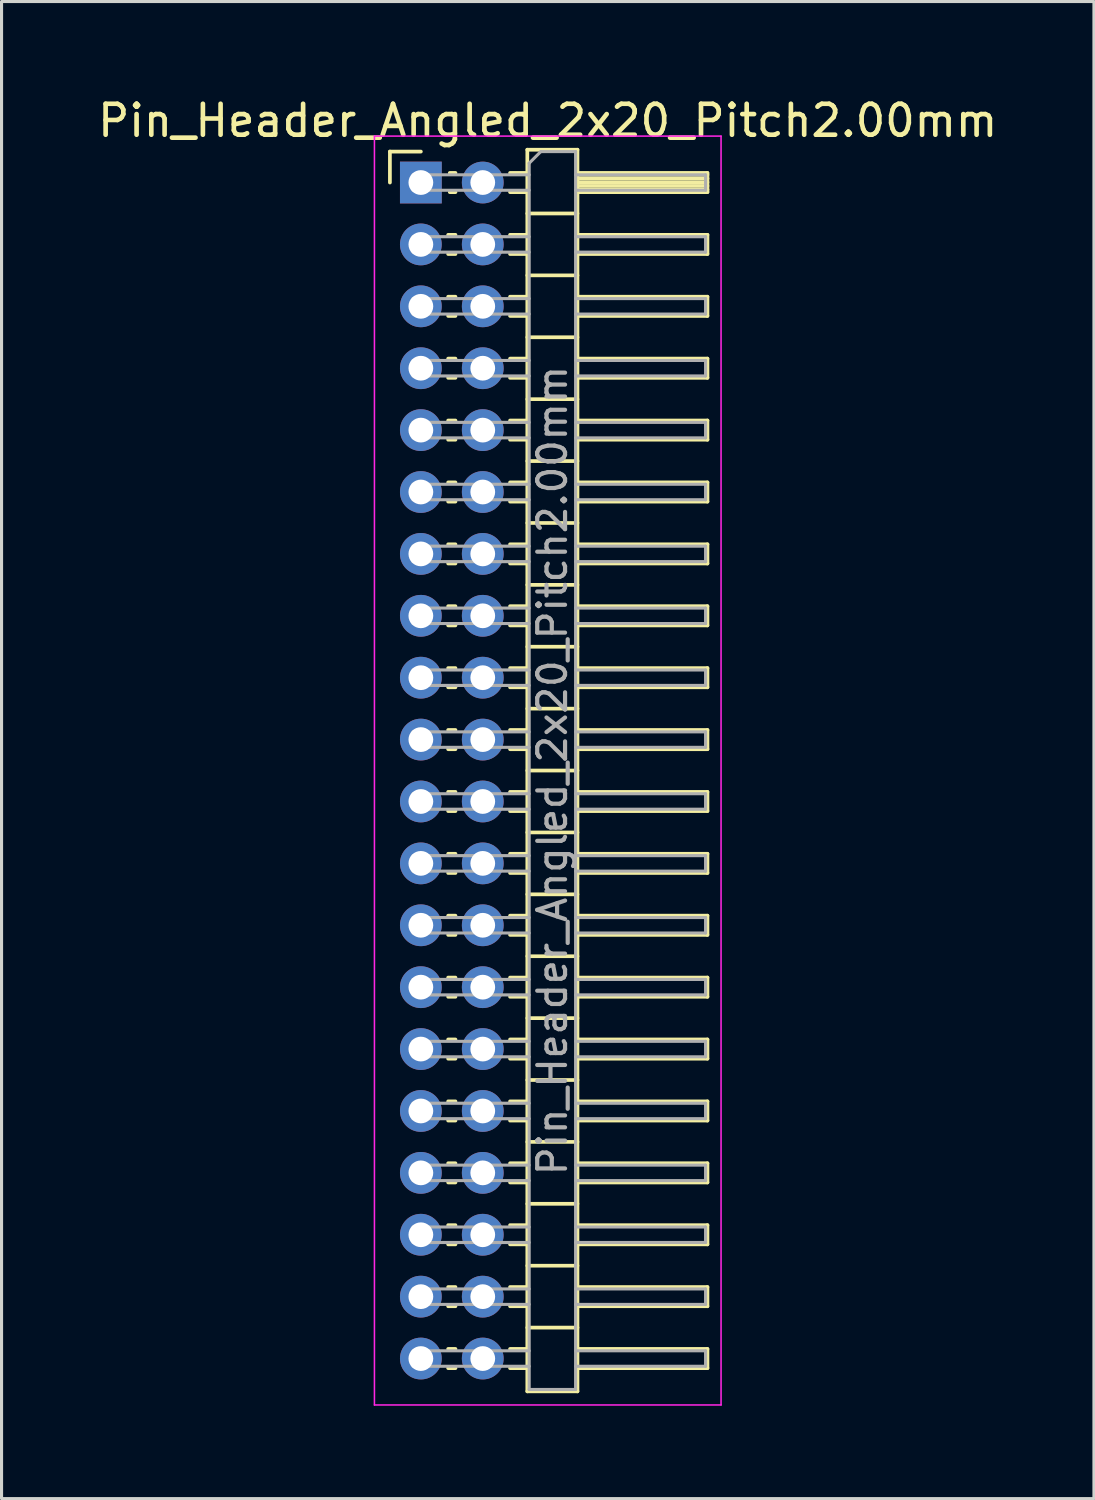
<source format=kicad_pcb>
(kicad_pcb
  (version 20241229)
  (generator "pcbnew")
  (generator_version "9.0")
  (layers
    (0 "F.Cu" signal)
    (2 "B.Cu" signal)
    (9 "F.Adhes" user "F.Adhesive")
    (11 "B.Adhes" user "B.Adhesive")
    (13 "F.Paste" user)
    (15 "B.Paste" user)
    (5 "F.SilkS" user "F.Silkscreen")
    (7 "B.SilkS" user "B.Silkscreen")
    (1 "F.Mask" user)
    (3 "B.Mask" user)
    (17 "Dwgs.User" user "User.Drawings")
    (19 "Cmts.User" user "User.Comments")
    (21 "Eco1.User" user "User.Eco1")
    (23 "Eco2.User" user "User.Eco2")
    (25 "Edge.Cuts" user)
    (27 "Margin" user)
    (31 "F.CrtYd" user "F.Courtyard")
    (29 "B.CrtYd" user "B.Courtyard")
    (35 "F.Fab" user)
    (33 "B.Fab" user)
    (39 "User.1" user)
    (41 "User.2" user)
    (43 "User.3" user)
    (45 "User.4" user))
  (footprint "Pin_Header_Angled_2x20_Pitch2.00mm"
    (layer "F.Cu")
    (at 10.549 2.848)
    (property "Reference" "Pin_Header_Angled_2x20_Pitch2.00mm" (at 4.1 -2 0) (layer "F.SilkS") (effects (font (size 1 1) (thickness 0.15))))
    (attr through_hole)
    (fp_line (start -1 -1) (end 0 -1) (stroke (width 0.12) (type solid)) (layer "F.SilkS"))
    (fp_line (start -1 0) (end -1 -1) (stroke (width 0.12) (type solid)) (layer "F.SilkS"))
    (fp_line (start 0.882 1.69) (end 1.118 1.69) (stroke (width 0.12) (type solid)) (layer "F.SilkS"))
    (fp_line (start 0.882 2.31) (end 1.118 2.31) (stroke (width 0.12) (type solid)) (layer "F.SilkS"))
    (fp_line (start 0.882 3.69) (end 1.118 3.69) (stroke (width 0.12) (type solid)) (layer "F.SilkS"))
    (fp_line (start 0.882 4.31) (end 1.118 4.31) (stroke (width 0.12) (type solid)) (layer "F.SilkS"))
    (fp_line (start 0.882 5.69) (end 1.118 5.69) (stroke (width 0.12) (type solid)) (layer "F.SilkS"))
    (fp_line (start 0.882 6.31) (end 1.118 6.31) (stroke (width 0.12) (type solid)) (layer "F.SilkS"))
    (fp_line (start 0.882 7.69) (end 1.118 7.69) (stroke (width 0.12) (type solid)) (layer "F.SilkS"))
    (fp_line (start 0.882 8.31) (end 1.118 8.31) (stroke (width 0.12) (type solid)) (layer "F.SilkS"))
    (fp_line (start 0.882 9.69) (end 1.118 9.69) (stroke (width 0.12) (type solid)) (layer "F.SilkS"))
    (fp_line (start 0.882 10.31) (end 1.118 10.31) (stroke (width 0.12) (type solid)) (layer "F.SilkS"))
    (fp_line (start 0.882 11.69) (end 1.118 11.69) (stroke (width 0.12) (type solid)) (layer "F.SilkS"))
    (fp_line (start 0.882 12.31) (end 1.118 12.31) (stroke (width 0.12) (type solid)) (layer "F.SilkS"))
    (fp_line (start 0.882 13.69) (end 1.118 13.69) (stroke (width 0.12) (type solid)) (layer "F.SilkS"))
    (fp_line (start 0.882 14.31) (end 1.118 14.31) (stroke (width 0.12) (type solid)) (layer "F.SilkS"))
    (fp_line (start 0.882 15.69) (end 1.118 15.69) (stroke (width 0.12) (type solid)) (layer "F.SilkS"))
    (fp_line (start 0.882 16.31) (end 1.118 16.31) (stroke (width 0.12) (type solid)) (layer "F.SilkS"))
    (fp_line (start 0.882 17.69) (end 1.118 17.69) (stroke (width 0.12) (type solid)) (layer "F.SilkS"))
    (fp_line (start 0.882 18.31) (end 1.118 18.31) (stroke (width 0.12) (type solid)) (layer "F.SilkS"))
    (fp_line (start 0.882 19.69) (end 1.118 19.69) (stroke (width 0.12) (type solid)) (layer "F.SilkS"))
    (fp_line (start 0.882 20.31) (end 1.118 20.31) (stroke (width 0.12) (type solid)) (layer "F.SilkS"))
    (fp_line (start 0.882 21.69) (end 1.118 21.69) (stroke (width 0.12) (type solid)) (layer "F.SilkS"))
    (fp_line (start 0.882 22.31) (end 1.118 22.31) (stroke (width 0.12) (type solid)) (layer "F.SilkS"))
    (fp_line (start 0.882 23.69) (end 1.118 23.69) (stroke (width 0.12) (type solid)) (layer "F.SilkS"))
    (fp_line (start 0.882 24.31) (end 1.118 24.31) (stroke (width 0.12) (type solid)) (layer "F.SilkS"))
    (fp_line (start 0.882 25.69) (end 1.118 25.69) (stroke (width 0.12) (type solid)) (layer "F.SilkS"))
    (fp_line (start 0.882 26.31) (end 1.118 26.31) (stroke (width 0.12) (type solid)) (layer "F.SilkS"))
    (fp_line (start 0.882 27.69) (end 1.118 27.69) (stroke (width 0.12) (type solid)) (layer "F.SilkS"))
    (fp_line (start 0.882 28.31) (end 1.118 28.31) (stroke (width 0.12) (type solid)) (layer "F.SilkS"))
    (fp_line (start 0.882 29.69) (end 1.118 29.69) (stroke (width 0.12) (type solid)) (layer "F.SilkS"))
    (fp_line (start 0.882 30.31) (end 1.118 30.31) (stroke (width 0.12) (type solid)) (layer "F.SilkS"))
    (fp_line (start 0.882 31.69) (end 1.118 31.69) (stroke (width 0.12) (type solid)) (layer "F.SilkS"))
    (fp_line (start 0.882 32.31) (end 1.118 32.31) (stroke (width 0.12) (type solid)) (layer "F.SilkS"))
    (fp_line (start 0.882 33.69) (end 1.118 33.69) (stroke (width 0.12) (type solid)) (layer "F.SilkS"))
    (fp_line (start 0.882 34.31) (end 1.118 34.31) (stroke (width 0.12) (type solid)) (layer "F.SilkS"))
    (fp_line (start 0.882 35.69) (end 1.118 35.69) (stroke (width 0.12) (type solid)) (layer "F.SilkS"))
    (fp_line (start 0.882 36.31) (end 1.118 36.31) (stroke (width 0.12) (type solid)) (layer "F.SilkS"))
    (fp_line (start 0.882 37.69) (end 1.118 37.69) (stroke (width 0.12) (type solid)) (layer "F.SilkS"))
    (fp_line (start 0.882 38.31) (end 1.118 38.31) (stroke (width 0.12) (type solid)) (layer "F.SilkS"))
    (fp_line (start 0.935 -0.31) (end 1.118 -0.31) (stroke (width 0.12) (type solid)) (layer "F.SilkS"))
    (fp_line (start 0.935 0.31) (end 1.118 0.31) (stroke (width 0.12) (type solid)) (layer "F.SilkS"))
    (fp_line (start 2.882 -0.31) (end 3.44 -0.31) (stroke (width 0.12) (type solid)) (layer "F.SilkS"))
    (fp_line (start 2.882 0.31) (end 3.44 0.31) (stroke (width 0.12) (type solid)) (layer "F.SilkS"))
    (fp_line (start 2.882 1.69) (end 3.44 1.69) (stroke (width 0.12) (type solid)) (layer "F.SilkS"))
    (fp_line (start 2.882 2.31) (end 3.44 2.31) (stroke (width 0.12) (type solid)) (layer "F.SilkS"))
    (fp_line (start 2.882 3.69) (end 3.44 3.69) (stroke (width 0.12) (type solid)) (layer "F.SilkS"))
    (fp_line (start 2.882 4.31) (end 3.44 4.31) (stroke (width 0.12) (type solid)) (layer "F.SilkS"))
    (fp_line (start 2.882 5.69) (end 3.44 5.69) (stroke (width 0.12) (type solid)) (layer "F.SilkS"))
    (fp_line (start 2.882 6.31) (end 3.44 6.31) (stroke (width 0.12) (type solid)) (layer "F.SilkS"))
    (fp_line (start 2.882 7.69) (end 3.44 7.69) (stroke (width 0.12) (type solid)) (layer "F.SilkS"))
    (fp_line (start 2.882 8.31) (end 3.44 8.31) (stroke (width 0.12) (type solid)) (layer "F.SilkS"))
    (fp_line (start 2.882 9.69) (end 3.44 9.69) (stroke (width 0.12) (type solid)) (layer "F.SilkS"))
    (fp_line (start 2.882 10.31) (end 3.44 10.31) (stroke (width 0.12) (type solid)) (layer "F.SilkS"))
    (fp_line (start 2.882 11.69) (end 3.44 11.69) (stroke (width 0.12) (type solid)) (layer "F.SilkS"))
    (fp_line (start 2.882 12.31) (end 3.44 12.31) (stroke (width 0.12) (type solid)) (layer "F.SilkS"))
    (fp_line (start 2.882 13.69) (end 3.44 13.69) (stroke (width 0.12) (type solid)) (layer "F.SilkS"))
    (fp_line (start 2.882 14.31) (end 3.44 14.31) (stroke (width 0.12) (type solid)) (layer "F.SilkS"))
    (fp_line (start 2.882 15.69) (end 3.44 15.69) (stroke (width 0.12) (type solid)) (layer "F.SilkS"))
    (fp_line (start 2.882 16.31) (end 3.44 16.31) (stroke (width 0.12) (type solid)) (layer "F.SilkS"))
    (fp_line (start 2.882 17.69) (end 3.44 17.69) (stroke (width 0.12) (type solid)) (layer "F.SilkS"))
    (fp_line (start 2.882 18.31) (end 3.44 18.31) (stroke (width 0.12) (type solid)) (layer "F.SilkS"))
    (fp_line (start 2.882 19.69) (end 3.44 19.69) (stroke (width 0.12) (type solid)) (layer "F.SilkS"))
    (fp_line (start 2.882 20.31) (end 3.44 20.31) (stroke (width 0.12) (type solid)) (layer "F.SilkS"))
    (fp_line (start 2.882 21.69) (end 3.44 21.69) (stroke (width 0.12) (type solid)) (layer "F.SilkS"))
    (fp_line (start 2.882 22.31) (end 3.44 22.31) (stroke (width 0.12) (type solid)) (layer "F.SilkS"))
    (fp_line (start 2.882 23.69) (end 3.44 23.69) (stroke (width 0.12) (type solid)) (layer "F.SilkS"))
    (fp_line (start 2.882 24.31) (end 3.44 24.31) (stroke (width 0.12) (type solid)) (layer "F.SilkS"))
    (fp_line (start 2.882 25.69) (end 3.44 25.69) (stroke (width 0.12) (type solid)) (layer "F.SilkS"))
    (fp_line (start 2.882 26.31) (end 3.44 26.31) (stroke (width 0.12) (type solid)) (layer "F.SilkS"))
    (fp_line (start 2.882 27.69) (end 3.44 27.69) (stroke (width 0.12) (type solid)) (layer "F.SilkS"))
    (fp_line (start 2.882 28.31) (end 3.44 28.31) (stroke (width 0.12) (type solid)) (layer "F.SilkS"))
    (fp_line (start 2.882 29.69) (end 3.44 29.69) (stroke (width 0.12) (type solid)) (layer "F.SilkS"))
    (fp_line (start 2.882 30.31) (end 3.44 30.31) (stroke (width 0.12) (type solid)) (layer "F.SilkS"))
    (fp_line (start 2.882 31.69) (end 3.44 31.69) (stroke (width 0.12) (type solid)) (layer "F.SilkS"))
    (fp_line (start 2.882 32.31) (end 3.44 32.31) (stroke (width 0.12) (type solid)) (layer "F.SilkS"))
    (fp_line (start 2.882 33.69) (end 3.44 33.69) (stroke (width 0.12) (type solid)) (layer "F.SilkS"))
    (fp_line (start 2.882 34.31) (end 3.44 34.31) (stroke (width 0.12) (type solid)) (layer "F.SilkS"))
    (fp_line (start 2.882 35.69) (end 3.44 35.69) (stroke (width 0.12) (type solid)) (layer "F.SilkS"))
    (fp_line (start 2.882 36.31) (end 3.44 36.31) (stroke (width 0.12) (type solid)) (layer "F.SilkS"))
    (fp_line (start 2.882 37.69) (end 3.44 37.69) (stroke (width 0.12) (type solid)) (layer "F.SilkS"))
    (fp_line (start 2.882 38.31) (end 3.44 38.31) (stroke (width 0.12) (type solid)) (layer "F.SilkS"))
    (fp_line (start 3.44 -1.06) (end 3.44 39.06) (stroke (width 0.12) (type solid)) (layer "F.SilkS"))
    (fp_line (start 3.44 1) (end 5.06 1) (stroke (width 0.12) (type solid)) (layer "F.SilkS"))
    (fp_line (start 3.44 3) (end 5.06 3) (stroke (width 0.12) (type solid)) (layer "F.SilkS"))
    (fp_line (start 3.44 5) (end 5.06 5) (stroke (width 0.12) (type solid)) (layer "F.SilkS"))
    (fp_line (start 3.44 7) (end 5.06 7) (stroke (width 0.12) (type solid)) (layer "F.SilkS"))
    (fp_line (start 3.44 9) (end 5.06 9) (stroke (width 0.12) (type solid)) (layer "F.SilkS"))
    (fp_line (start 3.44 11) (end 5.06 11) (stroke (width 0.12) (type solid)) (layer "F.SilkS"))
    (fp_line (start 3.44 13) (end 5.06 13) (stroke (width 0.12) (type solid)) (layer "F.SilkS"))
    (fp_line (start 3.44 15) (end 5.06 15) (stroke (width 0.12) (type solid)) (layer "F.SilkS"))
    (fp_line (start 3.44 17) (end 5.06 17) (stroke (width 0.12) (type solid)) (layer "F.SilkS"))
    (fp_line (start 3.44 19) (end 5.06 19) (stroke (width 0.12) (type solid)) (layer "F.SilkS"))
    (fp_line (start 3.44 21) (end 5.06 21) (stroke (width 0.12) (type solid)) (layer "F.SilkS"))
    (fp_line (start 3.44 23) (end 5.06 23) (stroke (width 0.12) (type solid)) (layer "F.SilkS"))
    (fp_line (start 3.44 25) (end 5.06 25) (stroke (width 0.12) (type solid)) (layer "F.SilkS"))
    (fp_line (start 3.44 27) (end 5.06 27) (stroke (width 0.12) (type solid)) (layer "F.SilkS"))
    (fp_line (start 3.44 29) (end 5.06 29) (stroke (width 0.12) (type solid)) (layer "F.SilkS"))
    (fp_line (start 3.44 31) (end 5.06 31) (stroke (width 0.12) (type solid)) (layer "F.SilkS"))
    (fp_line (start 3.44 33) (end 5.06 33) (stroke (width 0.12) (type solid)) (layer "F.SilkS"))
    (fp_line (start 3.44 35) (end 5.06 35) (stroke (width 0.12) (type solid)) (layer "F.SilkS"))
    (fp_line (start 3.44 37) (end 5.06 37) (stroke (width 0.12) (type solid)) (layer "F.SilkS"))
    (fp_line (start 3.44 39.06) (end 5.06 39.06) (stroke (width 0.12) (type solid)) (layer "F.SilkS"))
    (fp_line (start 5.06 -1.06) (end 3.44 -1.06) (stroke (width 0.12) (type solid)) (layer "F.SilkS"))
    (fp_line (start 5.06 -0.31) (end 9.26 -0.31) (stroke (width 0.12) (type solid)) (layer "F.SilkS"))
    (fp_line (start 5.06 -0.25) (end 9.26 -0.25) (stroke (width 0.12) (type solid)) (layer "F.SilkS"))
    (fp_line (start 5.06 -0.13) (end 9.26 -0.13) (stroke (width 0.12) (type solid)) (layer "F.SilkS"))
    (fp_line (start 5.06 -0.01) (end 9.26 -0.01) (stroke (width 0.12) (type solid)) (layer "F.SilkS"))
    (fp_line (start 5.06 0.11) (end 9.26 0.11) (stroke (width 0.12) (type solid)) (layer "F.SilkS"))
    (fp_line (start 5.06 0.23) (end 9.26 0.23) (stroke (width 0.12) (type solid)) (layer "F.SilkS"))
    (fp_line (start 5.06 1.69) (end 9.26 1.69) (stroke (width 0.12) (type solid)) (layer "F.SilkS"))
    (fp_line (start 5.06 3.69) (end 9.26 3.69) (stroke (width 0.12) (type solid)) (layer "F.SilkS"))
    (fp_line (start 5.06 5.69) (end 9.26 5.69) (stroke (width 0.12) (type solid)) (layer "F.SilkS"))
    (fp_line (start 5.06 7.69) (end 9.26 7.69) (stroke (width 0.12) (type solid)) (layer "F.SilkS"))
    (fp_line (start 5.06 9.69) (end 9.26 9.69) (stroke (width 0.12) (type solid)) (layer "F.SilkS"))
    (fp_line (start 5.06 11.69) (end 9.26 11.69) (stroke (width 0.12) (type solid)) (layer "F.SilkS"))
    (fp_line (start 5.06 13.69) (end 9.26 13.69) (stroke (width 0.12) (type solid)) (layer "F.SilkS"))
    (fp_line (start 5.06 15.69) (end 9.26 15.69) (stroke (width 0.12) (type solid)) (layer "F.SilkS"))
    (fp_line (start 5.06 17.69) (end 9.26 17.69) (stroke (width 0.12) (type solid)) (layer "F.SilkS"))
    (fp_line (start 5.06 19.69) (end 9.26 19.69) (stroke (width 0.12) (type solid)) (layer "F.SilkS"))
    (fp_line (start 5.06 21.69) (end 9.26 21.69) (stroke (width 0.12) (type solid)) (layer "F.SilkS"))
    (fp_line (start 5.06 23.69) (end 9.26 23.69) (stroke (width 0.12) (type solid)) (layer "F.SilkS"))
    (fp_line (start 5.06 25.69) (end 9.26 25.69) (stroke (width 0.12) (type solid)) (layer "F.SilkS"))
    (fp_line (start 5.06 27.69) (end 9.26 27.69) (stroke (width 0.12) (type solid)) (layer "F.SilkS"))
    (fp_line (start 5.06 29.69) (end 9.26 29.69) (stroke (width 0.12) (type solid)) (layer "F.SilkS"))
    (fp_line (start 5.06 31.69) (end 9.26 31.69) (stroke (width 0.12) (type solid)) (layer "F.SilkS"))
    (fp_line (start 5.06 33.69) (end 9.26 33.69) (stroke (width 0.12) (type solid)) (layer "F.SilkS"))
    (fp_line (start 5.06 35.69) (end 9.26 35.69) (stroke (width 0.12) (type solid)) (layer "F.SilkS"))
    (fp_line (start 5.06 37.69) (end 9.26 37.69) (stroke (width 0.12) (type solid)) (layer "F.SilkS"))
    (fp_line (start 5.06 39.06) (end 5.06 -1.06) (stroke (width 0.12) (type solid)) (layer "F.SilkS"))
    (fp_line (start 9.26 -0.31) (end 9.26 0.31) (stroke (width 0.12) (type solid)) (layer "F.SilkS"))
    (fp_line (start 9.26 0.31) (end 5.06 0.31) (stroke (width 0.12) (type solid)) (layer "F.SilkS"))
    (fp_line (start 9.26 1.69) (end 9.26 2.31) (stroke (width 0.12) (type solid)) (layer "F.SilkS"))
    (fp_line (start 9.26 2.31) (end 5.06 2.31) (stroke (width 0.12) (type solid)) (layer "F.SilkS"))
    (fp_line (start 9.26 3.69) (end 9.26 4.31) (stroke (width 0.12) (type solid)) (layer "F.SilkS"))
    (fp_line (start 9.26 4.31) (end 5.06 4.31) (stroke (width 0.12) (type solid)) (layer "F.SilkS"))
    (fp_line (start 9.26 5.69) (end 9.26 6.31) (stroke (width 0.12) (type solid)) (layer "F.SilkS"))
    (fp_line (start 9.26 6.31) (end 5.06 6.31) (stroke (width 0.12) (type solid)) (layer "F.SilkS"))
    (fp_line (start 9.26 7.69) (end 9.26 8.31) (stroke (width 0.12) (type solid)) (layer "F.SilkS"))
    (fp_line (start 9.26 8.31) (end 5.06 8.31) (stroke (width 0.12) (type solid)) (layer "F.SilkS"))
    (fp_line (start 9.26 9.69) (end 9.26 10.31) (stroke (width 0.12) (type solid)) (layer "F.SilkS"))
    (fp_line (start 9.26 10.31) (end 5.06 10.31) (stroke (width 0.12) (type solid)) (layer "F.SilkS"))
    (fp_line (start 9.26 11.69) (end 9.26 12.31) (stroke (width 0.12) (type solid)) (layer "F.SilkS"))
    (fp_line (start 9.26 12.31) (end 5.06 12.31) (stroke (width 0.12) (type solid)) (layer "F.SilkS"))
    (fp_line (start 9.26 13.69) (end 9.26 14.31) (stroke (width 0.12) (type solid)) (layer "F.SilkS"))
    (fp_line (start 9.26 14.31) (end 5.06 14.31) (stroke (width 0.12) (type solid)) (layer "F.SilkS"))
    (fp_line (start 9.26 15.69) (end 9.26 16.31) (stroke (width 0.12) (type solid)) (layer "F.SilkS"))
    (fp_line (start 9.26 16.31) (end 5.06 16.31) (stroke (width 0.12) (type solid)) (layer "F.SilkS"))
    (fp_line (start 9.26 17.69) (end 9.26 18.31) (stroke (width 0.12) (type solid)) (layer "F.SilkS"))
    (fp_line (start 9.26 18.31) (end 5.06 18.31) (stroke (width 0.12) (type solid)) (layer "F.SilkS"))
    (fp_line (start 9.26 19.69) (end 9.26 20.31) (stroke (width 0.12) (type solid)) (layer "F.SilkS"))
    (fp_line (start 9.26 20.31) (end 5.06 20.31) (stroke (width 0.12) (type solid)) (layer "F.SilkS"))
    (fp_line (start 9.26 21.69) (end 9.26 22.31) (stroke (width 0.12) (type solid)) (layer "F.SilkS"))
    (fp_line (start 9.26 22.31) (end 5.06 22.31) (stroke (width 0.12) (type solid)) (layer "F.SilkS"))
    (fp_line (start 9.26 23.69) (end 9.26 24.31) (stroke (width 0.12) (type solid)) (layer "F.SilkS"))
    (fp_line (start 9.26 24.31) (end 5.06 24.31) (stroke (width 0.12) (type solid)) (layer "F.SilkS"))
    (fp_line (start 9.26 25.69) (end 9.26 26.31) (stroke (width 0.12) (type solid)) (layer "F.SilkS"))
    (fp_line (start 9.26 26.31) (end 5.06 26.31) (stroke (width 0.12) (type solid)) (layer "F.SilkS"))
    (fp_line (start 9.26 27.69) (end 9.26 28.31) (stroke (width 0.12) (type solid)) (layer "F.SilkS"))
    (fp_line (start 9.26 28.31) (end 5.06 28.31) (stroke (width 0.12) (type solid)) (layer "F.SilkS"))
    (fp_line (start 9.26 29.69) (end 9.26 30.31) (stroke (width 0.12) (type solid)) (layer "F.SilkS"))
    (fp_line (start 9.26 30.31) (end 5.06 30.31) (stroke (width 0.12) (type solid)) (layer "F.SilkS"))
    (fp_line (start 9.26 31.69) (end 9.26 32.31) (stroke (width 0.12) (type solid)) (layer "F.SilkS"))
    (fp_line (start 9.26 32.31) (end 5.06 32.31) (stroke (width 0.12) (type solid)) (layer "F.SilkS"))
    (fp_line (start 9.26 33.69) (end 9.26 34.31) (stroke (width 0.12) (type solid)) (layer "F.SilkS"))
    (fp_line (start 9.26 34.31) (end 5.06 34.31) (stroke (width 0.12) (type solid)) (layer "F.SilkS"))
    (fp_line (start 9.26 35.69) (end 9.26 36.31) (stroke (width 0.12) (type solid)) (layer "F.SilkS"))
    (fp_line (start 9.26 36.31) (end 5.06 36.31) (stroke (width 0.12) (type solid)) (layer "F.SilkS"))
    (fp_line (start 9.26 37.69) (end 9.26 38.31) (stroke (width 0.12) (type solid)) (layer "F.SilkS"))
    (fp_line (start 9.26 38.31) (end 5.06 38.31) (stroke (width 0.12) (type solid)) (layer "F.SilkS"))
    (fp_line (start -1.5 -1.5) (end -1.5 39.5) (stroke (width 0.05) (type solid)) (layer "F.CrtYd"))
    (fp_line (start -1.5 39.5) (end 9.7 39.5) (stroke (width 0.05) (type solid)) (layer "F.CrtYd"))
    (fp_line (start 9.7 -1.5) (end -1.5 -1.5) (stroke (width 0.05) (type solid)) (layer "F.CrtYd"))
    (fp_line (start 9.7 39.5) (end 9.7 -1.5) (stroke (width 0.05) (type solid)) (layer "F.CrtYd"))
    (fp_line (start -0.25 -0.25) (end -0.25 0.25) (stroke (width 0.1) (type solid)) (layer "F.Fab"))
    (fp_line (start -0.25 -0.25) (end 3.5 -0.25) (stroke (width 0.1) (type solid)) (layer "F.Fab"))
    (fp_line (start -0.25 0.25) (end 3.5 0.25) (stroke (width 0.1) (type solid)) (layer "F.Fab"))
    (fp_line (start -0.25 1.75) (end -0.25 2.25) (stroke (width 0.1) (type solid)) (layer "F.Fab"))
    (fp_line (start -0.25 1.75) (end 3.5 1.75) (stroke (width 0.1) (type solid)) (layer "F.Fab"))
    (fp_line (start -0.25 2.25) (end 3.5 2.25) (stroke (width 0.1) (type solid)) (layer "F.Fab"))
    (fp_line (start -0.25 3.75) (end -0.25 4.25) (stroke (width 0.1) (type solid)) (layer "F.Fab"))
    (fp_line (start -0.25 3.75) (end 3.5 3.75) (stroke (width 0.1) (type solid)) (layer "F.Fab"))
    (fp_line (start -0.25 4.25) (end 3.5 4.25) (stroke (width 0.1) (type solid)) (layer "F.Fab"))
    (fp_line (start -0.25 5.75) (end -0.25 6.25) (stroke (width 0.1) (type solid)) (layer "F.Fab"))
    (fp_line (start -0.25 5.75) (end 3.5 5.75) (stroke (width 0.1) (type solid)) (layer "F.Fab"))
    (fp_line (start -0.25 6.25) (end 3.5 6.25) (stroke (width 0.1) (type solid)) (layer "F.Fab"))
    (fp_line (start -0.25 7.75) (end -0.25 8.25) (stroke (width 0.1) (type solid)) (layer "F.Fab"))
    (fp_line (start -0.25 7.75) (end 3.5 7.75) (stroke (width 0.1) (type solid)) (layer "F.Fab"))
    (fp_line (start -0.25 8.25) (end 3.5 8.25) (stroke (width 0.1) (type solid)) (layer "F.Fab"))
    (fp_line (start -0.25 9.75) (end -0.25 10.25) (stroke (width 0.1) (type solid)) (layer "F.Fab"))
    (fp_line (start -0.25 9.75) (end 3.5 9.75) (stroke (width 0.1) (type solid)) (layer "F.Fab"))
    (fp_line (start -0.25 10.25) (end 3.5 10.25) (stroke (width 0.1) (type solid)) (layer "F.Fab"))
    (fp_line (start -0.25 11.75) (end -0.25 12.25) (stroke (width 0.1) (type solid)) (layer "F.Fab"))
    (fp_line (start -0.25 11.75) (end 3.5 11.75) (stroke (width 0.1) (type solid)) (layer "F.Fab"))
    (fp_line (start -0.25 12.25) (end 3.5 12.25) (stroke (width 0.1) (type solid)) (layer "F.Fab"))
    (fp_line (start -0.25 13.75) (end -0.25 14.25) (stroke (width 0.1) (type solid)) (layer "F.Fab"))
    (fp_line (start -0.25 13.75) (end 3.5 13.75) (stroke (width 0.1) (type solid)) (layer "F.Fab"))
    (fp_line (start -0.25 14.25) (end 3.5 14.25) (stroke (width 0.1) (type solid)) (layer "F.Fab"))
    (fp_line (start -0.25 15.75) (end -0.25 16.25) (stroke (width 0.1) (type solid)) (layer "F.Fab"))
    (fp_line (start -0.25 15.75) (end 3.5 15.75) (stroke (width 0.1) (type solid)) (layer "F.Fab"))
    (fp_line (start -0.25 16.25) (end 3.5 16.25) (stroke (width 0.1) (type solid)) (layer "F.Fab"))
    (fp_line (start -0.25 17.75) (end -0.25 18.25) (stroke (width 0.1) (type solid)) (layer "F.Fab"))
    (fp_line (start -0.25 17.75) (end 3.5 17.75) (stroke (width 0.1) (type solid)) (layer "F.Fab"))
    (fp_line (start -0.25 18.25) (end 3.5 18.25) (stroke (width 0.1) (type solid)) (layer "F.Fab"))
    (fp_line (start -0.25 19.75) (end -0.25 20.25) (stroke (width 0.1) (type solid)) (layer "F.Fab"))
    (fp_line (start -0.25 19.75) (end 3.5 19.75) (stroke (width 0.1) (type solid)) (layer "F.Fab"))
    (fp_line (start -0.25 20.25) (end 3.5 20.25) (stroke (width 0.1) (type solid)) (layer "F.Fab"))
    (fp_line (start -0.25 21.75) (end -0.25 22.25) (stroke (width 0.1) (type solid)) (layer "F.Fab"))
    (fp_line (start -0.25 21.75) (end 3.5 21.75) (stroke (width 0.1) (type solid)) (layer "F.Fab"))
    (fp_line (start -0.25 22.25) (end 3.5 22.25) (stroke (width 0.1) (type solid)) (layer "F.Fab"))
    (fp_line (start -0.25 23.75) (end -0.25 24.25) (stroke (width 0.1) (type solid)) (layer "F.Fab"))
    (fp_line (start -0.25 23.75) (end 3.5 23.75) (stroke (width 0.1) (type solid)) (layer "F.Fab"))
    (fp_line (start -0.25 24.25) (end 3.5 24.25) (stroke (width 0.1) (type solid)) (layer "F.Fab"))
    (fp_line (start -0.25 25.75) (end -0.25 26.25) (stroke (width 0.1) (type solid)) (layer "F.Fab"))
    (fp_line (start -0.25 25.75) (end 3.5 25.75) (stroke (width 0.1) (type solid)) (layer "F.Fab"))
    (fp_line (start -0.25 26.25) (end 3.5 26.25) (stroke (width 0.1) (type solid)) (layer "F.Fab"))
    (fp_line (start -0.25 27.75) (end -0.25 28.25) (stroke (width 0.1) (type solid)) (layer "F.Fab"))
    (fp_line (start -0.25 27.75) (end 3.5 27.75) (stroke (width 0.1) (type solid)) (layer "F.Fab"))
    (fp_line (start -0.25 28.25) (end 3.5 28.25) (stroke (width 0.1) (type solid)) (layer "F.Fab"))
    (fp_line (start -0.25 29.75) (end -0.25 30.25) (stroke (width 0.1) (type solid)) (layer "F.Fab"))
    (fp_line (start -0.25 29.75) (end 3.5 29.75) (stroke (width 0.1) (type solid)) (layer "F.Fab"))
    (fp_line (start -0.25 30.25) (end 3.5 30.25) (stroke (width 0.1) (type solid)) (layer "F.Fab"))
    (fp_line (start -0.25 31.75) (end -0.25 32.25) (stroke (width 0.1) (type solid)) (layer "F.Fab"))
    (fp_line (start -0.25 31.75) (end 3.5 31.75) (stroke (width 0.1) (type solid)) (layer "F.Fab"))
    (fp_line (start -0.25 32.25) (end 3.5 32.25) (stroke (width 0.1) (type solid)) (layer "F.Fab"))
    (fp_line (start -0.25 33.75) (end -0.25 34.25) (stroke (width 0.1) (type solid)) (layer "F.Fab"))
    (fp_line (start -0.25 33.75) (end 3.5 33.75) (stroke (width 0.1) (type solid)) (layer "F.Fab"))
    (fp_line (start -0.25 34.25) (end 3.5 34.25) (stroke (width 0.1) (type solid)) (layer "F.Fab"))
    (fp_line (start -0.25 35.75) (end -0.25 36.25) (stroke (width 0.1) (type solid)) (layer "F.Fab"))
    (fp_line (start -0.25 35.75) (end 3.5 35.75) (stroke (width 0.1) (type solid)) (layer "F.Fab"))
    (fp_line (start -0.25 36.25) (end 3.5 36.25) (stroke (width 0.1) (type solid)) (layer "F.Fab"))
    (fp_line (start -0.25 37.75) (end -0.25 38.25) (stroke (width 0.1) (type solid)) (layer "F.Fab"))
    (fp_line (start -0.25 37.75) (end 3.5 37.75) (stroke (width 0.1) (type solid)) (layer "F.Fab"))
    (fp_line (start -0.25 38.25) (end 3.5 38.25) (stroke (width 0.1) (type solid)) (layer "F.Fab"))
    (fp_line (start 3.5 -0.625) (end 3.875 -1) (stroke (width 0.1) (type solid)) (layer "F.Fab"))
    (fp_line (start 3.5 39) (end 3.5 -0.625) (stroke (width 0.1) (type solid)) (layer "F.Fab"))
    (fp_line (start 3.875 -1) (end 5 -1) (stroke (width 0.1) (type solid)) (layer "F.Fab"))
    (fp_line (start 5 -1) (end 5 39) (stroke (width 0.1) (type solid)) (layer "F.Fab"))
    (fp_line (start 5 -0.25) (end 9.2 -0.25) (stroke (width 0.1) (type solid)) (layer "F.Fab"))
    (fp_line (start 5 0.25) (end 9.2 0.25) (stroke (width 0.1) (type solid)) (layer "F.Fab"))
    (fp_line (start 5 1.75) (end 9.2 1.75) (stroke (width 0.1) (type solid)) (layer "F.Fab"))
    (fp_line (start 5 2.25) (end 9.2 2.25) (stroke (width 0.1) (type solid)) (layer "F.Fab"))
    (fp_line (start 5 3.75) (end 9.2 3.75) (stroke (width 0.1) (type solid)) (layer "F.Fab"))
    (fp_line (start 5 4.25) (end 9.2 4.25) (stroke (width 0.1) (type solid)) (layer "F.Fab"))
    (fp_line (start 5 5.75) (end 9.2 5.75) (stroke (width 0.1) (type solid)) (layer "F.Fab"))
    (fp_line (start 5 6.25) (end 9.2 6.25) (stroke (width 0.1) (type solid)) (layer "F.Fab"))
    (fp_line (start 5 7.75) (end 9.2 7.75) (stroke (width 0.1) (type solid)) (layer "F.Fab"))
    (fp_line (start 5 8.25) (end 9.2 8.25) (stroke (width 0.1) (type solid)) (layer "F.Fab"))
    (fp_line (start 5 9.75) (end 9.2 9.75) (stroke (width 0.1) (type solid)) (layer "F.Fab"))
    (fp_line (start 5 10.25) (end 9.2 10.25) (stroke (width 0.1) (type solid)) (layer "F.Fab"))
    (fp_line (start 5 11.75) (end 9.2 11.75) (stroke (width 0.1) (type solid)) (layer "F.Fab"))
    (fp_line (start 5 12.25) (end 9.2 12.25) (stroke (width 0.1) (type solid)) (layer "F.Fab"))
    (fp_line (start 5 13.75) (end 9.2 13.75) (stroke (width 0.1) (type solid)) (layer "F.Fab"))
    (fp_line (start 5 14.25) (end 9.2 14.25) (stroke (width 0.1) (type solid)) (layer "F.Fab"))
    (fp_line (start 5 15.75) (end 9.2 15.75) (stroke (width 0.1) (type solid)) (layer "F.Fab"))
    (fp_line (start 5 16.25) (end 9.2 16.25) (stroke (width 0.1) (type solid)) (layer "F.Fab"))
    (fp_line (start 5 17.75) (end 9.2 17.75) (stroke (width 0.1) (type solid)) (layer "F.Fab"))
    (fp_line (start 5 18.25) (end 9.2 18.25) (stroke (width 0.1) (type solid)) (layer "F.Fab"))
    (fp_line (start 5 19.75) (end 9.2 19.75) (stroke (width 0.1) (type solid)) (layer "F.Fab"))
    (fp_line (start 5 20.25) (end 9.2 20.25) (stroke (width 0.1) (type solid)) (layer "F.Fab"))
    (fp_line (start 5 21.75) (end 9.2 21.75) (stroke (width 0.1) (type solid)) (layer "F.Fab"))
    (fp_line (start 5 22.25) (end 9.2 22.25) (stroke (width 0.1) (type solid)) (layer "F.Fab"))
    (fp_line (start 5 23.75) (end 9.2 23.75) (stroke (width 0.1) (type solid)) (layer "F.Fab"))
    (fp_line (start 5 24.25) (end 9.2 24.25) (stroke (width 0.1) (type solid)) (layer "F.Fab"))
    (fp_line (start 5 25.75) (end 9.2 25.75) (stroke (width 0.1) (type solid)) (layer "F.Fab"))
    (fp_line (start 5 26.25) (end 9.2 26.25) (stroke (width 0.1) (type solid)) (layer "F.Fab"))
    (fp_line (start 5 27.75) (end 9.2 27.75) (stroke (width 0.1) (type solid)) (layer "F.Fab"))
    (fp_line (start 5 28.25) (end 9.2 28.25) (stroke (width 0.1) (type solid)) (layer "F.Fab"))
    (fp_line (start 5 29.75) (end 9.2 29.75) (stroke (width 0.1) (type solid)) (layer "F.Fab"))
    (fp_line (start 5 30.25) (end 9.2 30.25) (stroke (width 0.1) (type solid)) (layer "F.Fab"))
    (fp_line (start 5 31.75) (end 9.2 31.75) (stroke (width 0.1) (type solid)) (layer "F.Fab"))
    (fp_line (start 5 32.25) (end 9.2 32.25) (stroke (width 0.1) (type solid)) (layer "F.Fab"))
    (fp_line (start 5 33.75) (end 9.2 33.75) (stroke (width 0.1) (type solid)) (layer "F.Fab"))
    (fp_line (start 5 34.25) (end 9.2 34.25) (stroke (width 0.1) (type solid)) (layer "F.Fab"))
    (fp_line (start 5 35.75) (end 9.2 35.75) (stroke (width 0.1) (type solid)) (layer "F.Fab"))
    (fp_line (start 5 36.25) (end 9.2 36.25) (stroke (width 0.1) (type solid)) (layer "F.Fab"))
    (fp_line (start 5 37.75) (end 9.2 37.75) (stroke (width 0.1) (type solid)) (layer "F.Fab"))
    (fp_line (start 5 38.25) (end 9.2 38.25) (stroke (width 0.1) (type solid)) (layer "F.Fab"))
    (fp_line (start 5 39) (end 3.5 39) (stroke (width 0.1) (type solid)) (layer "F.Fab"))
    (fp_line (start 9.2 -0.25) (end 9.2 0.25) (stroke (width 0.1) (type solid)) (layer "F.Fab"))
    (fp_line (start 9.2 1.75) (end 9.2 2.25) (stroke (width 0.1) (type solid)) (layer "F.Fab"))
    (fp_line (start 9.2 3.75) (end 9.2 4.25) (stroke (width 0.1) (type solid)) (layer "F.Fab"))
    (fp_line (start 9.2 5.75) (end 9.2 6.25) (stroke (width 0.1) (type solid)) (layer "F.Fab"))
    (fp_line (start 9.2 7.75) (end 9.2 8.25) (stroke (width 0.1) (type solid)) (layer "F.Fab"))
    (fp_line (start 9.2 9.75) (end 9.2 10.25) (stroke (width 0.1) (type solid)) (layer "F.Fab"))
    (fp_line (start 9.2 11.75) (end 9.2 12.25) (stroke (width 0.1) (type solid)) (layer "F.Fab"))
    (fp_line (start 9.2 13.75) (end 9.2 14.25) (stroke (width 0.1) (type solid)) (layer "F.Fab"))
    (fp_line (start 9.2 15.75) (end 9.2 16.25) (stroke (width 0.1) (type solid)) (layer "F.Fab"))
    (fp_line (start 9.2 17.75) (end 9.2 18.25) (stroke (width 0.1) (type solid)) (layer "F.Fab"))
    (fp_line (start 9.2 19.75) (end 9.2 20.25) (stroke (width 0.1) (type solid)) (layer "F.Fab"))
    (fp_line (start 9.2 21.75) (end 9.2 22.25) (stroke (width 0.1) (type solid)) (layer "F.Fab"))
    (fp_line (start 9.2 23.75) (end 9.2 24.25) (stroke (width 0.1) (type solid)) (layer "F.Fab"))
    (fp_line (start 9.2 25.75) (end 9.2 26.25) (stroke (width 0.1) (type solid)) (layer "F.Fab"))
    (fp_line (start 9.2 27.75) (end 9.2 28.25) (stroke (width 0.1) (type solid)) (layer "F.Fab"))
    (fp_line (start 9.2 29.75) (end 9.2 30.25) (stroke (width 0.1) (type solid)) (layer "F.Fab"))
    (fp_line (start 9.2 31.75) (end 9.2 32.25) (stroke (width 0.1) (type solid)) (layer "F.Fab"))
    (fp_line (start 9.2 33.75) (end 9.2 34.25) (stroke (width 0.1) (type solid)) (layer "F.Fab"))
    (fp_line (start 9.2 35.75) (end 9.2 36.25) (stroke (width 0.1) (type solid)) (layer "F.Fab"))
    (fp_line (start 9.2 37.75) (end 9.2 38.25) (stroke (width 0.1) (type solid)) (layer "F.Fab"))
    (fp_text user "${REFERENCE}" (at 4.25 19 90) (layer "F.Fab") (effects (font (size 0.9 0.9) (thickness 0.135))))
    (pad "1" thru_hole rect (at 0 0) (size 1.35 1.35) (drill 0.8) (layers "*.Cu" "*.Mask"))
    (pad "2" thru_hole oval (at 2 0) (size 1.35 1.35) (drill 0.8) (layers "*.Cu" "*.Mask"))
    (pad "3" thru_hole oval (at 0 2) (size 1.35 1.35) (drill 0.8) (layers "*.Cu" "*.Mask"))
    (pad "4" thru_hole oval (at 2 2) (size 1.35 1.35) (drill 0.8) (layers "*.Cu" "*.Mask"))
    (pad "5" thru_hole oval (at 0 4) (size 1.35 1.35) (drill 0.8) (layers "*.Cu" "*.Mask"))
    (pad "6" thru_hole oval (at 2 4) (size 1.35 1.35) (drill 0.8) (layers "*.Cu" "*.Mask"))
    (pad "7" thru_hole oval (at 0 6) (size 1.35 1.35) (drill 0.8) (layers "*.Cu" "*.Mask"))
    (pad "8" thru_hole oval (at 2 6) (size 1.35 1.35) (drill 0.8) (layers "*.Cu" "*.Mask"))
    (pad "9" thru_hole oval (at 0 8) (size 1.35 1.35) (drill 0.8) (layers "*.Cu" "*.Mask"))
    (pad "10" thru_hole oval (at 2 8) (size 1.35 1.35) (drill 0.8) (layers "*.Cu" "*.Mask"))
    (pad "11" thru_hole oval (at 0 10) (size 1.35 1.35) (drill 0.8) (layers "*.Cu" "*.Mask"))
    (pad "12" thru_hole oval (at 2 10) (size 1.35 1.35) (drill 0.8) (layers "*.Cu" "*.Mask"))
    (pad "13" thru_hole oval (at 0 12) (size 1.35 1.35) (drill 0.8) (layers "*.Cu" "*.Mask"))
    (pad "14" thru_hole oval (at 2 12) (size 1.35 1.35) (drill 0.8) (layers "*.Cu" "*.Mask"))
    (pad "15" thru_hole oval (at 0 14) (size 1.35 1.35) (drill 0.8) (layers "*.Cu" "*.Mask"))
    (pad "16" thru_hole oval (at 2 14) (size 1.35 1.35) (drill 0.8) (layers "*.Cu" "*.Mask"))
    (pad "17" thru_hole oval (at 0 16) (size 1.35 1.35) (drill 0.8) (layers "*.Cu" "*.Mask"))
    (pad "18" thru_hole oval (at 2 16) (size 1.35 1.35) (drill 0.8) (layers "*.Cu" "*.Mask"))
    (pad "19" thru_hole oval (at 0 18) (size 1.35 1.35) (drill 0.8) (layers "*.Cu" "*.Mask"))
    (pad "20" thru_hole oval (at 2 18) (size 1.35 1.35) (drill 0.8) (layers "*.Cu" "*.Mask"))
    (pad "21" thru_hole oval (at 0 20) (size 1.35 1.35) (drill 0.8) (layers "*.Cu" "*.Mask"))
    (pad "22" thru_hole oval (at 2 20) (size 1.35 1.35) (drill 0.8) (layers "*.Cu" "*.Mask"))
    (pad "23" thru_hole oval (at 0 22) (size 1.35 1.35) (drill 0.8) (layers "*.Cu" "*.Mask"))
    (pad "24" thru_hole oval (at 2 22) (size 1.35 1.35) (drill 0.8) (layers "*.Cu" "*.Mask"))
    (pad "25" thru_hole oval (at 0 24) (size 1.35 1.35) (drill 0.8) (layers "*.Cu" "*.Mask"))
    (pad "26" thru_hole oval (at 2 24) (size 1.35 1.35) (drill 0.8) (layers "*.Cu" "*.Mask"))
    (pad "27" thru_hole oval (at 0 26) (size 1.35 1.35) (drill 0.8) (layers "*.Cu" "*.Mask"))
    (pad "28" thru_hole oval (at 2 26) (size 1.35 1.35) (drill 0.8) (layers "*.Cu" "*.Mask"))
    (pad "29" thru_hole oval (at 0 28) (size 1.35 1.35) (drill 0.8) (layers "*.Cu" "*.Mask"))
    (pad "30" thru_hole oval (at 2 28) (size 1.35 1.35) (drill 0.8) (layers "*.Cu" "*.Mask"))
    (pad "31" thru_hole oval (at 0 30) (size 1.35 1.35) (drill 0.8) (layers "*.Cu" "*.Mask"))
    (pad "32" thru_hole oval (at 2 30) (size 1.35 1.35) (drill 0.8) (layers "*.Cu" "*.Mask"))
    (pad "33" thru_hole oval (at 0 32) (size 1.35 1.35) (drill 0.8) (layers "*.Cu" "*.Mask"))
    (pad "34" thru_hole oval (at 2 32) (size 1.35 1.35) (drill 0.8) (layers "*.Cu" "*.Mask"))
    (pad "35" thru_hole oval (at 0 34) (size 1.35 1.35) (drill 0.8) (layers "*.Cu" "*.Mask"))
    (pad "36" thru_hole oval (at 2 34) (size 1.35 1.35) (drill 0.8) (layers "*.Cu" "*.Mask"))
    (pad "37" thru_hole oval (at 0 36) (size 1.35 1.35) (drill 0.8) (layers "*.Cu" "*.Mask"))
    (pad "38" thru_hole oval (at 2 36) (size 1.35 1.35) (drill 0.8) (layers "*.Cu" "*.Mask"))
    (pad "39" thru_hole oval (at 0 38) (size 1.35 1.35) (drill 0.8) (layers "*.Cu" "*.Mask"))
    (pad "40" thru_hole oval (at 2 38) (size 1.35 1.35) (drill 0.8) (layers "*.Cu" "*.Mask")))
  (gr_rect
    (start -3 -3)
    (end 32.298 45.373)
    (stroke (width 0.1) (type default))
    (fill no)
    (layer "Edge.Cuts")))
</source>
